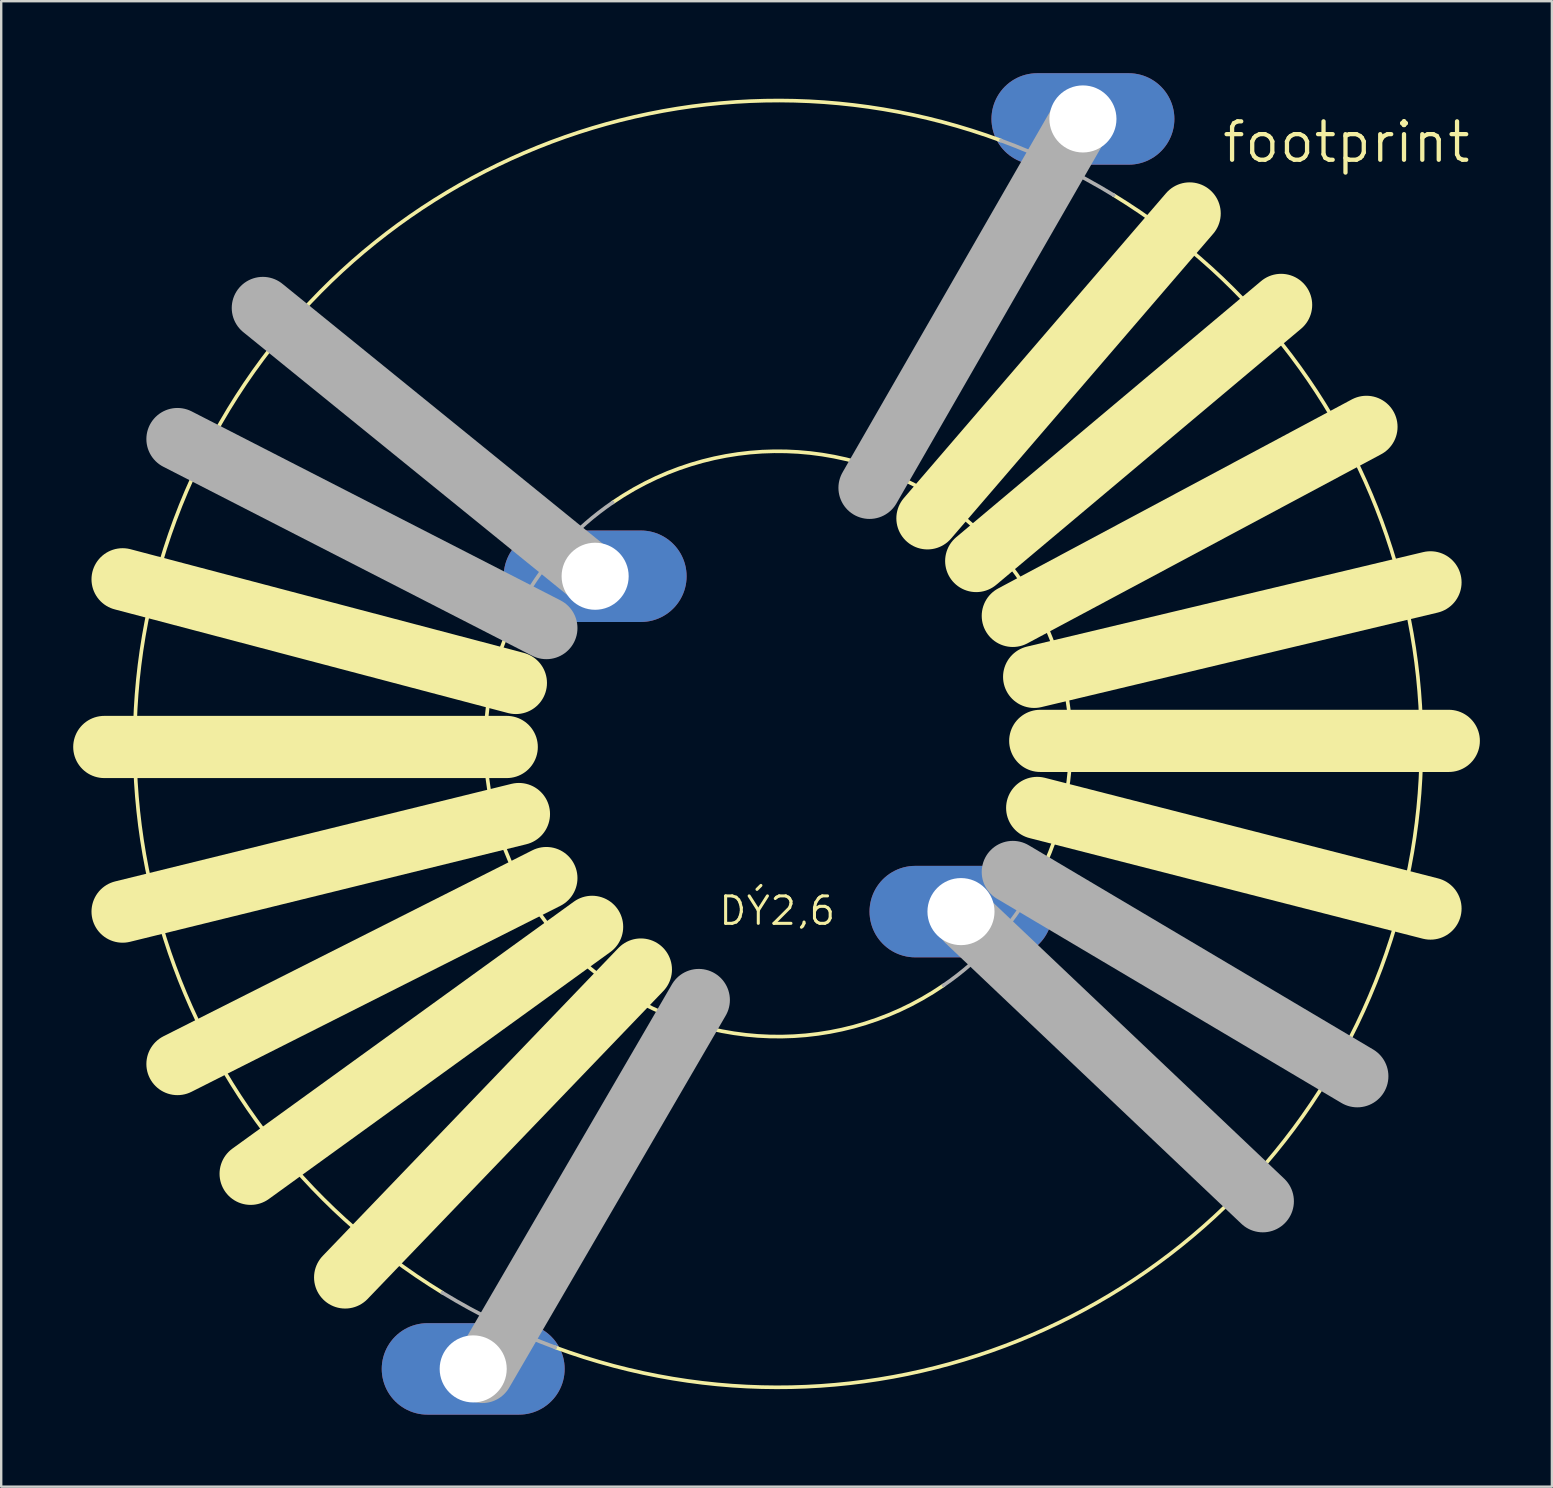
<source format=kicad_pcb>
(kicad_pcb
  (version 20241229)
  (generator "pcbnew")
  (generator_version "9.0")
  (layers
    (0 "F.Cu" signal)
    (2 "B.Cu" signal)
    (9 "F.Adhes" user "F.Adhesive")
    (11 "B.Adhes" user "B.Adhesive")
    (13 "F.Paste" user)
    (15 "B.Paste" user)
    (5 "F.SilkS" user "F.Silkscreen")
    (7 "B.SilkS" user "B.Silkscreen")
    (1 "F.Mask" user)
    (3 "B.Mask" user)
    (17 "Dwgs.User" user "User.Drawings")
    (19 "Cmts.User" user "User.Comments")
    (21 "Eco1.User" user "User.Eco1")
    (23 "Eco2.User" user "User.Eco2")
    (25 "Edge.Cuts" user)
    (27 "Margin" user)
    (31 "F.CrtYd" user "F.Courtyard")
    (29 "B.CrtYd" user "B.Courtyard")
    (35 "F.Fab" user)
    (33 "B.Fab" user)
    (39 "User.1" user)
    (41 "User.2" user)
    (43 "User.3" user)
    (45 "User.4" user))
  (footprint "footprint"
    (layer "F.Cu")
    (at 29.362 27.94)
    (property "Reference" "footprint" (at 18.415 -24.13 0) (layer "F.SilkS") (effects (font (size 1.6 1.6) (thickness 0.178)) (justify left bottom)))
    (fp_line (start -11.303 0.127) (end -28.067 0.127) (stroke (width 2.591) (type solid)) (layer "F.SilkS"))
    (fp_line (start -10.922 -2.54) (end -27.305 -6.858) (stroke (width 2.591) (type solid)) (layer "F.SilkS"))
    (fp_line (start -10.795 2.921) (end -27.305 6.985) (stroke (width 2.591) (type solid)) (layer "F.SilkS"))
    (fp_line (start -9.652 5.588) (end -25.019 13.335) (stroke (width 2.591) (type solid)) (layer "F.SilkS"))
    (fp_line (start -7.747 7.62) (end -21.971 17.907) (stroke (width 2.591) (type solid)) (layer "F.SilkS"))
    (fp_line (start -5.715 9.398) (end -18.034 22.225) (stroke (width 2.591) (type solid)) (layer "F.SilkS"))
    (fp_line (start 17.145 -22.098) (end 6.223 -9.398) (stroke (width 2.591) (type solid)) (layer "F.SilkS"))
    (fp_line (start 20.955 -18.288) (end 8.255 -7.62) (stroke (width 2.591) (type solid)) (layer "F.SilkS"))
    (fp_line (start 24.511 -13.208) (end 9.779 -5.334) (stroke (width 2.591) (type solid)) (layer "F.SilkS"))
    (fp_line (start 27.178 -6.731) (end 10.668 -2.794) (stroke (width 2.591) (type solid)) (layer "F.SilkS"))
    (fp_line (start 27.178 6.858) (end 10.795 2.667) (stroke (width 2.591) (type solid)) (layer "F.SilkS"))
    (fp_line (start 27.94 -0.127) (end 10.922 -0.127) (stroke (width 2.591) (type solid)) (layer "F.SilkS"))
    (fp_arc (start -13.9824 22.8598) (mid -24.113757 -11.687794) (end 9.2819 -25.138101) (stroke (width 0.1524) (type solid)) (layer "F.SilkS"))
    (fp_arc (start -6.8922 -10.057) (mid 8.214407 -9.009381) (end 10.649101 5.9365) (stroke (width 0.1524) (type solid)) (layer "F.SilkS"))
    (fp_arc (start 6.892199 10.057) (mid -8.214407 9.00938) (end -10.6491 -5.9365) (stroke (width 0.1524) (type solid)) (layer "F.SilkS"))
    (fp_arc (start 13.9824 -22.859799) (mid 24.113756 11.687794) (end -9.2819 25.1381) (stroke (width 0.1524) (type solid)) (layer "F.SilkS"))
    (fp_line (start -25.019 -12.7) (end -9.652 -4.826) (stroke (width 2.591) (type solid)) (layer "F.Fab"))
    (fp_line (start -21.463 -18.161) (end -8.001 -7.239) (stroke (width 2.591) (type solid)) (layer "F.Fab"))
    (fp_line (start -3.302 10.668) (end -12.319 26.162) (stroke (width 2.591) (type solid)) (layer "F.Fab"))
    (fp_line (start 7.874 7.366) (end 20.193 19.05) (stroke (width 2.591) (type solid)) (layer "F.Fab"))
    (fp_line (start 12.573 -25.908) (end 3.81 -10.668) (stroke (width 2.591) (type solid)) (layer "F.Fab"))
    (fp_line (start 24.13 13.843) (end 9.779 5.334) (stroke (width 2.591) (type solid)) (layer "F.Fab"))
    (fp_arc (start -10.6491 -5.9365) (mid -9.00938 -8.214414) (end -6.8922 -10.057) (stroke (width 0.1524) (type solid)) (layer "F.Fab"))
    (fp_arc (start -9.2819 25.1381) (mid -11.687796 24.113757) (end -13.9824 22.8598) (stroke (width 0.1524) (type solid)) (layer "F.Fab"))
    (fp_arc (start 9.2819 -25.1381) (mid 11.687796 -24.113757) (end 13.9824 -22.8598) (stroke (width 0.1524) (type solid)) (layer "F.Fab"))
    (fp_arc (start 10.6491 5.9365) (mid 9.00938 8.214414) (end 6.8922 10.057) (stroke (width 0.1524) (type solid)) (layer "F.Fab"))
    (fp_text user "DÝ2,6" (at -2.54 7.62 0) (layer "F.SilkS") (effects (font (size 1.143 1.143) (thickness 0.127)) (justify left bottom)))
    (pad "A1" thru_hole oval (at 12.7 -26.035) (size 7.62 3.81) (drill 2.794) (layers "*.Cu" "*.Mask"))
    (pad "A2" thru_hole oval (at -12.7 26.035) (size 7.62 3.81) (drill 2.794) (layers "*.Cu" "*.Mask"))
    (pad "E1" thru_hole oval (at 7.62 6.985) (size 7.62 3.81) (drill 2.794) (layers "*.Cu" "*.Mask"))
    (pad "E2" thru_hole oval (at -7.62 -6.985) (size 7.62 3.81) (drill 2.794) (layers "*.Cu" "*.Mask")))
  (gr_rect
    (start -3 -3)
    (end 61.598 58.88)
    (stroke (width 0.1) (type default))
    (fill no)
    (layer "Edge.Cuts")))
</source>
